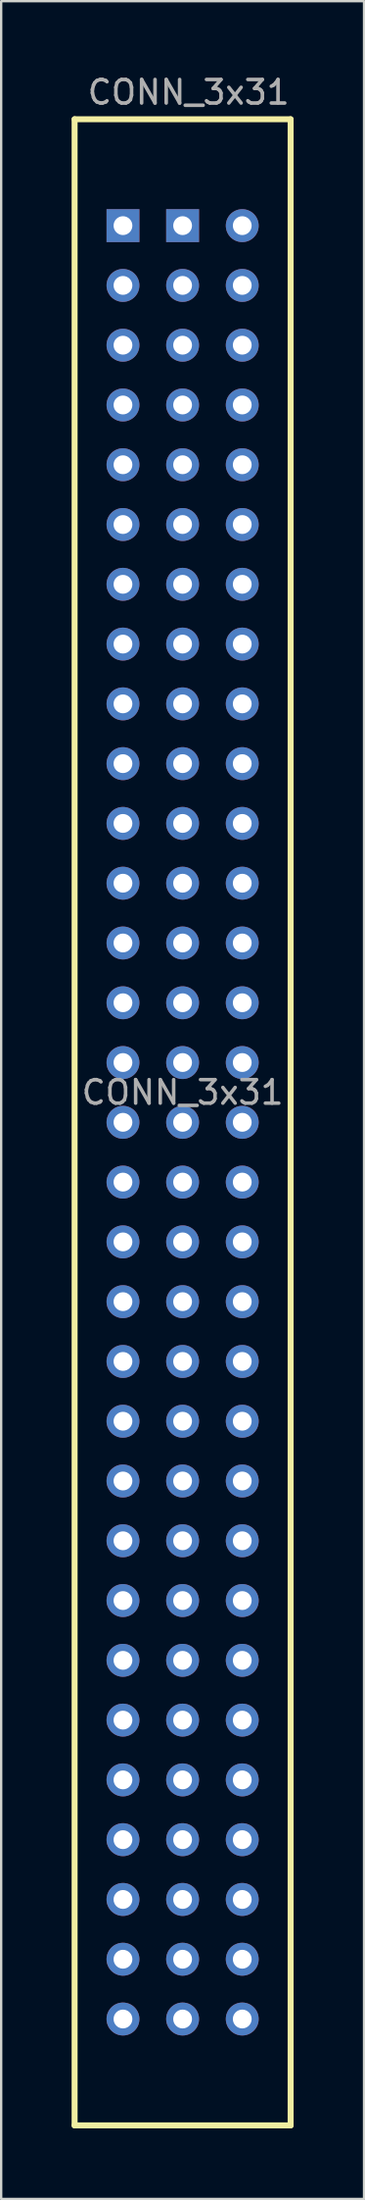
<source format=kicad_pcb>
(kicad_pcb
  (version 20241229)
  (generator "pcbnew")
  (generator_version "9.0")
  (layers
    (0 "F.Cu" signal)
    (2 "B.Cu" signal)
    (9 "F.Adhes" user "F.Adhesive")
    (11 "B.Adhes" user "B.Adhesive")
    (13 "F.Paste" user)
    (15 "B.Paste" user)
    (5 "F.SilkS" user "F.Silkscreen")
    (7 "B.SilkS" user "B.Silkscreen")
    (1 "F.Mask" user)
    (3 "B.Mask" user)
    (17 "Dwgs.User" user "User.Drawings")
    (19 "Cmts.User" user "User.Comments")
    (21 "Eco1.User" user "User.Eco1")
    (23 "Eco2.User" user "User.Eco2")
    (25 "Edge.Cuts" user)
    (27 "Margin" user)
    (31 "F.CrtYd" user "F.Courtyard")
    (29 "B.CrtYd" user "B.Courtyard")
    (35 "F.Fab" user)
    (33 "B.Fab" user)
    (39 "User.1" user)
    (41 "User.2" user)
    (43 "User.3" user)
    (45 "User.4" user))
  (footprint "CONN_3x31"
    (layer "F.Cu")
    (at 2.187 6.537)
    (property "Reference" "CONN_3x31" (at 2.794 -5.08 0) (unlocked yes) (layer "F.Fab") (effects (font (size 1 1) (thickness 0.152)) (justify bottom)))
    (attr through_hole)
    (fp_line (start -2.06 80.72) (end -2.06 -4.52) (stroke (width 0.254) (type solid)) (layer "F.SilkS"))
    (fp_line (start 7.14 -4.52) (end -2.06 -4.52) (stroke (width 0.254) (type solid)) (layer "F.SilkS"))
    (fp_line (start 7.14 80.72) (end -2.06 80.72) (stroke (width 0.254) (type solid)) (layer "F.SilkS"))
    (fp_line (start 7.14 80.72) (end 7.14 -4.52) (stroke (width 0.254) (type solid)) (layer "F.SilkS"))
    (fp_text user "${REFERENCE}" (at 2.54 36.83 0) (layer "F.Fab") (effects (font (size 1 1) (thickness 0.15))))
    (pad "a1" thru_hole rect (at 0 0) (size 1.4 1.4) (drill 0.8) (layers "*.Cu" "*.Mask"))
    (pad "a1" thru_hole rect (at 2.54 0) (size 1.4 1.4) (drill 0.8) (layers "*.Cu" "*.Mask"))
    (pad "a2" thru_hole circle (at 0 2.54) (size 1.4 1.4) (drill 0.8) (layers "*.Cu" "*.Mask"))
    (pad "a2" thru_hole circle (at 2.54 2.54) (size 1.4 1.4) (drill 0.8) (layers "*.Cu" "*.Mask"))
    (pad "a3" thru_hole circle (at 0 5.08) (size 1.4 1.4) (drill 0.8) (layers "*.Cu" "*.Mask"))
    (pad "a3" thru_hole circle (at 2.54 5.08) (size 1.4 1.4) (drill 0.8) (layers "*.Cu" "*.Mask"))
    (pad "a4" thru_hole circle (at 0 7.62) (size 1.4 1.4) (drill 0.8) (layers "*.Cu" "*.Mask"))
    (pad "a4" thru_hole circle (at 2.54 7.62) (size 1.4 1.4) (drill 0.8) (layers "*.Cu" "*.Mask"))
    (pad "a5" thru_hole circle (at 0 10.16) (size 1.4 1.4) (drill 0.8) (layers "*.Cu" "*.Mask"))
    (pad "a5" thru_hole circle (at 2.54 10.16) (size 1.4 1.4) (drill 0.8) (layers "*.Cu" "*.Mask"))
    (pad "a6" thru_hole circle (at 0 12.7) (size 1.4 1.4) (drill 0.8) (layers "*.Cu" "*.Mask"))
    (pad "a6" thru_hole circle (at 2.54 12.7) (size 1.4 1.4) (drill 0.8) (layers "*.Cu" "*.Mask"))
    (pad "a7" thru_hole circle (at 0 15.24) (size 1.4 1.4) (drill 0.8) (layers "*.Cu" "*.Mask"))
    (pad "a7" thru_hole circle (at 2.54 15.24) (size 1.4 1.4) (drill 0.8) (layers "*.Cu" "*.Mask"))
    (pad "a8" thru_hole circle (at 0 17.78) (size 1.4 1.4) (drill 0.8) (layers "*.Cu" "*.Mask"))
    (pad "a8" thru_hole circle (at 2.54 17.78) (size 1.4 1.4) (drill 0.8) (layers "*.Cu" "*.Mask"))
    (pad "a9" thru_hole circle (at 0 20.32) (size 1.4 1.4) (drill 0.8) (layers "*.Cu" "*.Mask"))
    (pad "a9" thru_hole circle (at 2.54 20.32) (size 1.4 1.4) (drill 0.8) (layers "*.Cu" "*.Mask"))
    (pad "a10" thru_hole circle (at 0 22.86) (size 1.4 1.4) (drill 0.8) (layers "*.Cu" "*.Mask"))
    (pad "a10" thru_hole circle (at 2.54 22.86) (size 1.4 1.4) (drill 0.8) (layers "*.Cu" "*.Mask"))
    (pad "a11" thru_hole circle (at 0 25.4) (size 1.4 1.4) (drill 0.8) (layers "*.Cu" "*.Mask"))
    (pad "a11" thru_hole circle (at 2.54 25.4) (size 1.4 1.4) (drill 0.8) (layers "*.Cu" "*.Mask"))
    (pad "a12" thru_hole circle (at 0 27.94) (size 1.4 1.4) (drill 0.8) (layers "*.Cu" "*.Mask"))
    (pad "a12" thru_hole circle (at 2.54 27.94) (size 1.4 1.4) (drill 0.8) (layers "*.Cu" "*.Mask"))
    (pad "a13" thru_hole circle (at 0 30.48) (size 1.4 1.4) (drill 0.8) (layers "*.Cu" "*.Mask"))
    (pad "a13" thru_hole circle (at 2.54 30.48) (size 1.4 1.4) (drill 0.8) (layers "*.Cu" "*.Mask"))
    (pad "a14" thru_hole circle (at 0 33.02) (size 1.4 1.4) (drill 0.8) (layers "*.Cu" "*.Mask"))
    (pad "a14" thru_hole circle (at 2.54 33.02) (size 1.4 1.4) (drill 0.8) (layers "*.Cu" "*.Mask"))
    (pad "a15" thru_hole circle (at 0 35.56) (size 1.4 1.4) (drill 0.8) (layers "*.Cu" "*.Mask"))
    (pad "a15" thru_hole circle (at 2.54 35.56) (size 1.4 1.4) (drill 0.8) (layers "*.Cu" "*.Mask"))
    (pad "a16" thru_hole circle (at 0 38.1) (size 1.4 1.4) (drill 0.8) (layers "*.Cu" "*.Mask"))
    (pad "a16" thru_hole circle (at 2.54 38.1) (size 1.4 1.4) (drill 0.8) (layers "*.Cu" "*.Mask"))
    (pad "a17" thru_hole circle (at 0 40.64) (size 1.4 1.4) (drill 0.8) (layers "*.Cu" "*.Mask"))
    (pad "a17" thru_hole circle (at 2.54 40.64) (size 1.4 1.4) (drill 0.8) (layers "*.Cu" "*.Mask"))
    (pad "a18" thru_hole circle (at 0 43.18) (size 1.4 1.4) (drill 0.8) (layers "*.Cu" "*.Mask"))
    (pad "a18" thru_hole circle (at 2.54 43.18) (size 1.4 1.4) (drill 0.8) (layers "*.Cu" "*.Mask"))
    (pad "a19" thru_hole circle (at 0 45.72) (size 1.4 1.4) (drill 0.8) (layers "*.Cu" "*.Mask"))
    (pad "a19" thru_hole circle (at 2.54 45.72) (size 1.4 1.4) (drill 0.8) (layers "*.Cu" "*.Mask"))
    (pad "a20" thru_hole circle (at 0 48.26) (size 1.4 1.4) (drill 0.8) (layers "*.Cu" "*.Mask"))
    (pad "a20" thru_hole circle (at 2.54 48.26) (size 1.4 1.4) (drill 0.8) (layers "*.Cu" "*.Mask"))
    (pad "a21" thru_hole circle (at 0 50.8) (size 1.4 1.4) (drill 0.8) (layers "*.Cu" "*.Mask"))
    (pad "a21" thru_hole circle (at 2.54 50.8) (size 1.4 1.4) (drill 0.8) (layers "*.Cu" "*.Mask"))
    (pad "a22" thru_hole circle (at 0 53.34) (size 1.4 1.4) (drill 0.8) (layers "*.Cu" "*.Mask"))
    (pad "a22" thru_hole circle (at 2.54 53.34) (size 1.4 1.4) (drill 0.8) (layers "*.Cu" "*.Mask"))
    (pad "a23" thru_hole circle (at 0 55.88) (size 1.4 1.4) (drill 0.8) (layers "*.Cu" "*.Mask"))
    (pad "a23" thru_hole circle (at 2.54 55.88) (size 1.4 1.4) (drill 0.8) (layers "*.Cu" "*.Mask"))
    (pad "a24" thru_hole circle (at 0 58.42) (size 1.4 1.4) (drill 0.8) (layers "*.Cu" "*.Mask"))
    (pad "a24" thru_hole circle (at 2.54 58.42) (size 1.4 1.4) (drill 0.8) (layers "*.Cu" "*.Mask"))
    (pad "a25" thru_hole circle (at 0 60.96) (size 1.4 1.4) (drill 0.8) (layers "*.Cu" "*.Mask"))
    (pad "a25" thru_hole circle (at 2.54 60.96) (size 1.4 1.4) (drill 0.8) (layers "*.Cu" "*.Mask"))
    (pad "a26" thru_hole circle (at 0 63.5) (size 1.4 1.4) (drill 0.8) (layers "*.Cu" "*.Mask"))
    (pad "a26" thru_hole circle (at 2.54 63.5) (size 1.4 1.4) (drill 0.8) (layers "*.Cu" "*.Mask"))
    (pad "a27" thru_hole circle (at 0 66.04) (size 1.4 1.4) (drill 0.8) (layers "*.Cu" "*.Mask"))
    (pad "a27" thru_hole circle (at 2.54 66.04) (size 1.4 1.4) (drill 0.8) (layers "*.Cu" "*.Mask"))
    (pad "a28" thru_hole circle (at 0 68.58) (size 1.4 1.4) (drill 0.8) (layers "*.Cu" "*.Mask"))
    (pad "a28" thru_hole circle (at 2.54 68.58) (size 1.4 1.4) (drill 0.8) (layers "*.Cu" "*.Mask"))
    (pad "a29" thru_hole circle (at 0 71.12) (size 1.4 1.4) (drill 0.8) (layers "*.Cu" "*.Mask"))
    (pad "a29" thru_hole circle (at 2.54 71.12) (size 1.4 1.4) (drill 0.8) (layers "*.Cu" "*.Mask"))
    (pad "a30" thru_hole circle (at 0 73.66) (size 1.4 1.4) (drill 0.8) (layers "*.Cu" "*.Mask"))
    (pad "a30" thru_hole circle (at 2.54 73.66) (size 1.4 1.4) (drill 0.8) (layers "*.Cu" "*.Mask"))
    (pad "a31" thru_hole circle (at 0 76.2) (size 1.4 1.4) (drill 0.8) (layers "*.Cu" "*.Mask"))
    (pad "a31" thru_hole circle (at 2.54 76.2) (size 1.4 1.4) (drill 0.8) (layers "*.Cu" "*.Mask"))
    (pad "b1" thru_hole circle (at 5.08 0) (size 1.4 1.4) (drill 0.8) (layers "*.Cu" "*.Mask"))
    (pad "b2" thru_hole circle (at 5.08 2.54) (size 1.4 1.4) (drill 0.8) (layers "*.Cu" "*.Mask"))
    (pad "b3" thru_hole circle (at 5.08 5.08) (size 1.4 1.4) (drill 0.8) (layers "*.Cu" "*.Mask"))
    (pad "b4" thru_hole circle (at 5.08 7.62) (size 1.4 1.4) (drill 0.8) (layers "*.Cu" "*.Mask"))
    (pad "b5" thru_hole circle (at 5.08 10.16) (size 1.4 1.4) (drill 0.8) (layers "*.Cu" "*.Mask"))
    (pad "b6" thru_hole circle (at 5.08 12.7) (size 1.4 1.4) (drill 0.8) (layers "*.Cu" "*.Mask"))
    (pad "b7" thru_hole circle (at 5.08 15.24) (size 1.4 1.4) (drill 0.8) (layers "*.Cu" "*.Mask"))
    (pad "b8" thru_hole circle (at 5.08 17.78) (size 1.4 1.4) (drill 0.8) (layers "*.Cu" "*.Mask"))
    (pad "b9" thru_hole circle (at 5.08 20.32) (size 1.4 1.4) (drill 0.8) (layers "*.Cu" "*.Mask"))
    (pad "b10" thru_hole circle (at 5.08 22.86) (size 1.4 1.4) (drill 0.8) (layers "*.Cu" "*.Mask"))
    (pad "b11" thru_hole circle (at 5.08 25.4) (size 1.4 1.4) (drill 0.8) (layers "*.Cu" "*.Mask"))
    (pad "b12" thru_hole circle (at 5.08 27.94) (size 1.4 1.4) (drill 0.8) (layers "*.Cu" "*.Mask"))
    (pad "b13" thru_hole circle (at 5.08 30.48) (size 1.4 1.4) (drill 0.8) (layers "*.Cu" "*.Mask"))
    (pad "b14" thru_hole circle (at 5.08 33.02) (size 1.4 1.4) (drill 0.8) (layers "*.Cu" "*.Mask"))
    (pad "b15" thru_hole circle (at 5.08 35.56) (size 1.4 1.4) (drill 0.8) (layers "*.Cu" "*.Mask"))
    (pad "b16" thru_hole circle (at 5.08 38.1) (size 1.4 1.4) (drill 0.8) (layers "*.Cu" "*.Mask"))
    (pad "b17" thru_hole circle (at 5.08 40.64) (size 1.4 1.4) (drill 0.8) (layers "*.Cu" "*.Mask"))
    (pad "b18" thru_hole circle (at 5.08 43.18) (size 1.4 1.4) (drill 0.8) (layers "*.Cu" "*.Mask"))
    (pad "b19" thru_hole circle (at 5.08 45.72) (size 1.4 1.4) (drill 0.8) (layers "*.Cu" "*.Mask"))
    (pad "b20" thru_hole circle (at 5.08 48.26) (size 1.4 1.4) (drill 0.8) (layers "*.Cu" "*.Mask"))
    (pad "b21" thru_hole circle (at 5.08 50.8) (size 1.4 1.4) (drill 0.8) (layers "*.Cu" "*.Mask"))
    (pad "b22" thru_hole circle (at 5.08 53.34) (size 1.4 1.4) (drill 0.8) (layers "*.Cu" "*.Mask"))
    (pad "b23" thru_hole circle (at 5.08 55.88) (size 1.4 1.4) (drill 0.8) (layers "*.Cu" "*.Mask"))
    (pad "b24" thru_hole circle (at 5.08 58.42) (size 1.4 1.4) (drill 0.8) (layers "*.Cu" "*.Mask"))
    (pad "b25" thru_hole circle (at 5.08 60.96) (size 1.4 1.4) (drill 0.8) (layers "*.Cu" "*.Mask"))
    (pad "b26" thru_hole circle (at 5.08 63.5) (size 1.4 1.4) (drill 0.8) (layers "*.Cu" "*.Mask"))
    (pad "b27" thru_hole circle (at 5.08 66.04) (size 1.4 1.4) (drill 0.8) (layers "*.Cu" "*.Mask"))
    (pad "b28" thru_hole circle (at 5.08 68.58) (size 1.4 1.4) (drill 0.8) (layers "*.Cu" "*.Mask"))
    (pad "b29" thru_hole circle (at 5.08 71.12) (size 1.4 1.4) (drill 0.8) (layers "*.Cu" "*.Mask"))
    (pad "b30" thru_hole circle (at 5.08 73.66) (size 1.4 1.4) (drill 0.8) (layers "*.Cu" "*.Mask"))
    (pad "b31" thru_hole circle (at 5.08 76.2) (size 1.4 1.4) (drill 0.8) (layers "*.Cu" "*.Mask")))
  (gr_rect
    (start -3 -3)
    (end 12.454 90.384)
    (stroke (width 0.1) (type default))
    (fill no)
    (layer "Edge.Cuts")))
</source>
